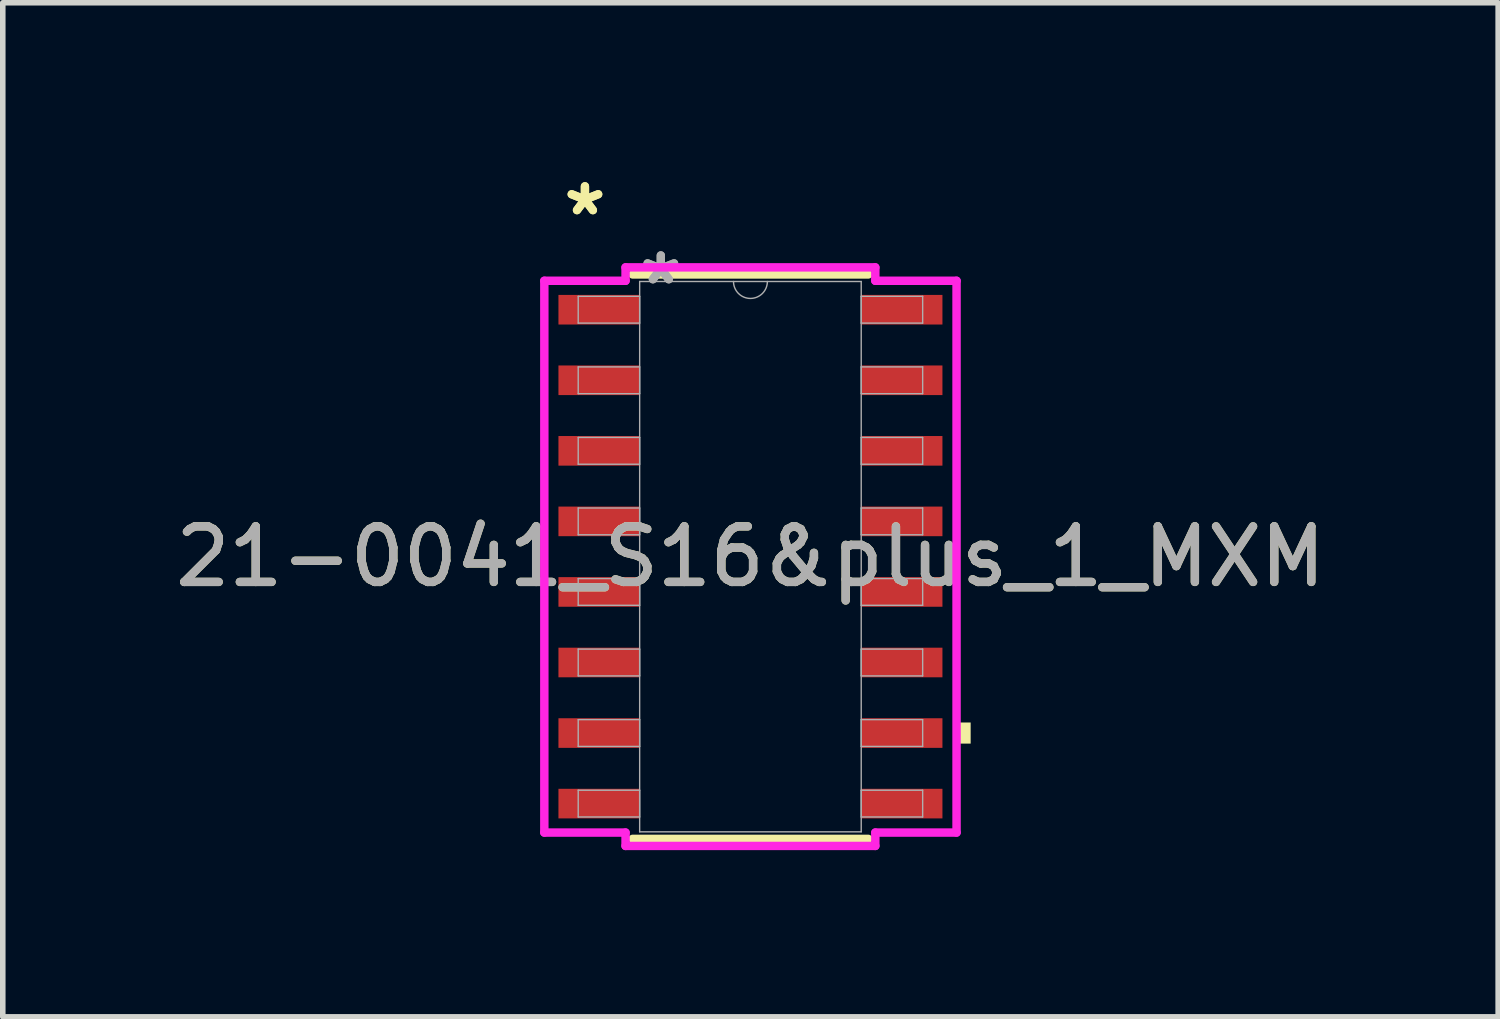
<source format=kicad_pcb>
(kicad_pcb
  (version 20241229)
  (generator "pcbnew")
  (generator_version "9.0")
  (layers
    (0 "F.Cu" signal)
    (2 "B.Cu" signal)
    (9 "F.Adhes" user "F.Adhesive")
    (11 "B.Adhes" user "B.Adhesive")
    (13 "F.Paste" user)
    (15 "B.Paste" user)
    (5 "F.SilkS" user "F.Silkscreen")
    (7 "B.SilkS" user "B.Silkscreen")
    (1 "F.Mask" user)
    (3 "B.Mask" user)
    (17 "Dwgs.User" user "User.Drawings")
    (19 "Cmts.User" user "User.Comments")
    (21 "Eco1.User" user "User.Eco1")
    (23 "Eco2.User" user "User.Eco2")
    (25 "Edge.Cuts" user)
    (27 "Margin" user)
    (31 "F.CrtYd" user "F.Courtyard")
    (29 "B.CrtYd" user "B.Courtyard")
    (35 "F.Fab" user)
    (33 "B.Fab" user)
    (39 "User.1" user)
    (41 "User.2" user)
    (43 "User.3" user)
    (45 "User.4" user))
  (footprint "21-0041_S16&plus_1_MXM"
    (layer "F.Cu")
    (at 10.458 6.97)
    (property "Reference" "21-0041_S16&plus_1_MXM" (at 0 0 0) (unlocked yes) (layer "F.SilkS") (effects (font (size 1 1) (thickness 0.15))))
    (attr smd)
    (fp_line (start -2.121 5.08) (end 2.121 5.08) (stroke (width 0.152) (type solid)) (layer "F.SilkS"))
    (fp_line (start 2.121 -5.08) (end -2.121 -5.08) (stroke (width 0.152) (type solid)) (layer "F.SilkS"))
    (fp_poly (pts (xy 3.964 2.985) (xy 3.964 3.365) (xy 3.71 3.365) (xy 3.71 2.985)) (stroke (width 0) (type solid)) (fill yes) (layer "F.SilkS"))
    (fp_line (start -3.71 -4.966) (end -2.248 -4.966) (stroke (width 0.152) (type solid)) (layer "F.CrtYd"))
    (fp_line (start -3.71 4.966) (end -3.71 -4.966) (stroke (width 0.152) (type solid)) (layer "F.CrtYd"))
    (fp_line (start -3.71 4.966) (end -2.248 4.966) (stroke (width 0.152) (type solid)) (layer "F.CrtYd"))
    (fp_line (start -2.248 -5.207) (end 2.248 -5.207) (stroke (width 0.152) (type solid)) (layer "F.CrtYd"))
    (fp_line (start -2.248 -4.966) (end -2.248 -5.207) (stroke (width 0.152) (type solid)) (layer "F.CrtYd"))
    (fp_line (start -2.248 5.207) (end -2.248 4.966) (stroke (width 0.152) (type solid)) (layer "F.CrtYd"))
    (fp_line (start 2.248 -5.207) (end 2.248 -4.966) (stroke (width 0.152) (type solid)) (layer "F.CrtYd"))
    (fp_line (start 2.248 4.966) (end 2.248 5.207) (stroke (width 0.152) (type solid)) (layer "F.CrtYd"))
    (fp_line (start 2.248 5.207) (end -2.248 5.207) (stroke (width 0.152) (type solid)) (layer "F.CrtYd"))
    (fp_line (start 3.71 -4.966) (end 2.248 -4.966) (stroke (width 0.152) (type solid)) (layer "F.CrtYd"))
    (fp_line (start 3.71 -4.966) (end 3.71 4.966) (stroke (width 0.152) (type solid)) (layer "F.CrtYd"))
    (fp_line (start 3.71 4.966) (end 2.248 4.966) (stroke (width 0.152) (type solid)) (layer "F.CrtYd"))
    (fp_line (start -3.1 -4.686) (end -3.1 -4.204) (stroke (width 0.025) (type solid)) (layer "F.Fab"))
    (fp_line (start -3.1 -4.204) (end -1.994 -4.204) (stroke (width 0.025) (type solid)) (layer "F.Fab"))
    (fp_line (start -3.1 -3.416) (end -3.1 -2.934) (stroke (width 0.025) (type solid)) (layer "F.Fab"))
    (fp_line (start -3.1 -2.934) (end -1.994 -2.934) (stroke (width 0.025) (type solid)) (layer "F.Fab"))
    (fp_line (start -3.1 -2.146) (end -3.1 -1.664) (stroke (width 0.025) (type solid)) (layer "F.Fab"))
    (fp_line (start -3.1 -1.664) (end -1.994 -1.664) (stroke (width 0.025) (type solid)) (layer "F.Fab"))
    (fp_line (start -3.1 -0.876) (end -3.1 -0.394) (stroke (width 0.025) (type solid)) (layer "F.Fab"))
    (fp_line (start -3.1 -0.394) (end -1.994 -0.394) (stroke (width 0.025) (type solid)) (layer "F.Fab"))
    (fp_line (start -3.1 0.394) (end -3.1 0.876) (stroke (width 0.025) (type solid)) (layer "F.Fab"))
    (fp_line (start -3.1 0.876) (end -1.994 0.876) (stroke (width 0.025) (type solid)) (layer "F.Fab"))
    (fp_line (start -3.1 1.664) (end -3.1 2.146) (stroke (width 0.025) (type solid)) (layer "F.Fab"))
    (fp_line (start -3.1 2.146) (end -1.994 2.146) (stroke (width 0.025) (type solid)) (layer "F.Fab"))
    (fp_line (start -3.1 2.934) (end -3.1 3.416) (stroke (width 0.025) (type solid)) (layer "F.Fab"))
    (fp_line (start -3.1 3.416) (end -1.994 3.416) (stroke (width 0.025) (type solid)) (layer "F.Fab"))
    (fp_line (start -3.1 4.204) (end -3.1 4.686) (stroke (width 0.025) (type solid)) (layer "F.Fab"))
    (fp_line (start -3.1 4.686) (end -1.994 4.686) (stroke (width 0.025) (type solid)) (layer "F.Fab"))
    (fp_line (start -1.994 -4.953) (end -1.994 4.953) (stroke (width 0.025) (type solid)) (layer "F.Fab"))
    (fp_line (start -1.994 -4.686) (end -3.1 -4.686) (stroke (width 0.025) (type solid)) (layer "F.Fab"))
    (fp_line (start -1.994 -4.204) (end -1.994 -4.686) (stroke (width 0.025) (type solid)) (layer "F.Fab"))
    (fp_line (start -1.994 -3.416) (end -3.1 -3.416) (stroke (width 0.025) (type solid)) (layer "F.Fab"))
    (fp_line (start -1.994 -2.934) (end -1.994 -3.416) (stroke (width 0.025) (type solid)) (layer "F.Fab"))
    (fp_line (start -1.994 -2.146) (end -3.1 -2.146) (stroke (width 0.025) (type solid)) (layer "F.Fab"))
    (fp_line (start -1.994 -1.664) (end -1.994 -2.146) (stroke (width 0.025) (type solid)) (layer "F.Fab"))
    (fp_line (start -1.994 -0.876) (end -3.1 -0.876) (stroke (width 0.025) (type solid)) (layer "F.Fab"))
    (fp_line (start -1.994 -0.394) (end -1.994 -0.876) (stroke (width 0.025) (type solid)) (layer "F.Fab"))
    (fp_line (start -1.994 0.394) (end -3.1 0.394) (stroke (width 0.025) (type solid)) (layer "F.Fab"))
    (fp_line (start -1.994 0.876) (end -1.994 0.394) (stroke (width 0.025) (type solid)) (layer "F.Fab"))
    (fp_line (start -1.994 1.664) (end -3.1 1.664) (stroke (width 0.025) (type solid)) (layer "F.Fab"))
    (fp_line (start -1.994 2.146) (end -1.994 1.664) (stroke (width 0.025) (type solid)) (layer "F.Fab"))
    (fp_line (start -1.994 2.934) (end -3.1 2.934) (stroke (width 0.025) (type solid)) (layer "F.Fab"))
    (fp_line (start -1.994 3.416) (end -1.994 2.934) (stroke (width 0.025) (type solid)) (layer "F.Fab"))
    (fp_line (start -1.994 4.204) (end -3.1 4.204) (stroke (width 0.025) (type solid)) (layer "F.Fab"))
    (fp_line (start -1.994 4.686) (end -1.994 4.204) (stroke (width 0.025) (type solid)) (layer "F.Fab"))
    (fp_line (start -1.994 4.953) (end 1.994 4.953) (stroke (width 0.025) (type solid)) (layer "F.Fab"))
    (fp_line (start 1.994 -4.953) (end -1.994 -4.953) (stroke (width 0.025) (type solid)) (layer "F.Fab"))
    (fp_line (start 1.994 -4.686) (end 1.994 -4.204) (stroke (width 0.025) (type solid)) (layer "F.Fab"))
    (fp_line (start 1.994 -4.204) (end 3.1 -4.204) (stroke (width 0.025) (type solid)) (layer "F.Fab"))
    (fp_line (start 1.994 -3.416) (end 1.994 -2.934) (stroke (width 0.025) (type solid)) (layer "F.Fab"))
    (fp_line (start 1.994 -2.934) (end 3.1 -2.934) (stroke (width 0.025) (type solid)) (layer "F.Fab"))
    (fp_line (start 1.994 -2.146) (end 1.994 -1.664) (stroke (width 0.025) (type solid)) (layer "F.Fab"))
    (fp_line (start 1.994 -1.664) (end 3.1 -1.664) (stroke (width 0.025) (type solid)) (layer "F.Fab"))
    (fp_line (start 1.994 -0.876) (end 1.994 -0.394) (stroke (width 0.025) (type solid)) (layer "F.Fab"))
    (fp_line (start 1.994 -0.394) (end 3.1 -0.394) (stroke (width 0.025) (type solid)) (layer "F.Fab"))
    (fp_line (start 1.994 0.394) (end 1.994 0.876) (stroke (width 0.025) (type solid)) (layer "F.Fab"))
    (fp_line (start 1.994 0.876) (end 3.1 0.876) (stroke (width 0.025) (type solid)) (layer "F.Fab"))
    (fp_line (start 1.994 1.664) (end 1.994 2.146) (stroke (width 0.025) (type solid)) (layer "F.Fab"))
    (fp_line (start 1.994 2.146) (end 3.1 2.146) (stroke (width 0.025) (type solid)) (layer "F.Fab"))
    (fp_line (start 1.994 2.934) (end 1.994 3.416) (stroke (width 0.025) (type solid)) (layer "F.Fab"))
    (fp_line (start 1.994 3.416) (end 3.1 3.416) (stroke (width 0.025) (type solid)) (layer "F.Fab"))
    (fp_line (start 1.994 4.204) (end 1.994 4.686) (stroke (width 0.025) (type solid)) (layer "F.Fab"))
    (fp_line (start 1.994 4.686) (end 3.1 4.686) (stroke (width 0.025) (type solid)) (layer "F.Fab"))
    (fp_line (start 1.994 4.953) (end 1.994 -4.953) (stroke (width 0.025) (type solid)) (layer "F.Fab"))
    (fp_line (start 3.1 -4.686) (end 1.994 -4.686) (stroke (width 0.025) (type solid)) (layer "F.Fab"))
    (fp_line (start 3.1 -4.204) (end 3.1 -4.686) (stroke (width 0.025) (type solid)) (layer "F.Fab"))
    (fp_line (start 3.1 -3.416) (end 1.994 -3.416) (stroke (width 0.025) (type solid)) (layer "F.Fab"))
    (fp_line (start 3.1 -2.934) (end 3.1 -3.416) (stroke (width 0.025) (type solid)) (layer "F.Fab"))
    (fp_line (start 3.1 -2.146) (end 1.994 -2.146) (stroke (width 0.025) (type solid)) (layer "F.Fab"))
    (fp_line (start 3.1 -1.664) (end 3.1 -2.146) (stroke (width 0.025) (type solid)) (layer "F.Fab"))
    (fp_line (start 3.1 -0.876) (end 1.994 -0.876) (stroke (width 0.025) (type solid)) (layer "F.Fab"))
    (fp_line (start 3.1 -0.394) (end 3.1 -0.876) (stroke (width 0.025) (type solid)) (layer "F.Fab"))
    (fp_line (start 3.1 0.394) (end 1.994 0.394) (stroke (width 0.025) (type solid)) (layer "F.Fab"))
    (fp_line (start 3.1 0.876) (end 3.1 0.394) (stroke (width 0.025) (type solid)) (layer "F.Fab"))
    (fp_line (start 3.1 1.664) (end 1.994 1.664) (stroke (width 0.025) (type solid)) (layer "F.Fab"))
    (fp_line (start 3.1 2.146) (end 3.1 1.664) (stroke (width 0.025) (type solid)) (layer "F.Fab"))
    (fp_line (start 3.1 2.934) (end 1.994 2.934) (stroke (width 0.025) (type solid)) (layer "F.Fab"))
    (fp_line (start 3.1 3.416) (end 3.1 2.934) (stroke (width 0.025) (type solid)) (layer "F.Fab"))
    (fp_line (start 3.1 4.204) (end 1.994 4.204) (stroke (width 0.025) (type solid)) (layer "F.Fab"))
    (fp_line (start 3.1 4.686) (end 3.1 4.204) (stroke (width 0.025) (type solid)) (layer "F.Fab"))
    (fp_arc (start 0.3048 -4.953) (mid 0 -4.6482) (end -0.3048 -4.953) (stroke (width 0.0254) (type solid)) (layer "F.Fab"))
    (fp_text user "*" (at -2.979 -6.121 0) (unlocked yes) (layer "F.SilkS") (effects (font (size 1 1) (thickness 0.15))))
    (fp_text user "*" (at -2.979 -6.121 0) (layer "F.SilkS") (effects (font (size 1 1) (thickness 0.15))))
    (fp_text user "*" (at -1.613 -4.877 0) (layer "F.Fab") (effects (font (size 1 1) (thickness 0.15))))
    (fp_text user "${REFERENCE}" (at 0 0 0) (unlocked yes) (layer "F.Fab") (effects (font (size 1 1) (thickness 0.15))))
    (fp_text user "*" (at -1.613 -4.877 0) (unlocked yes) (layer "F.Fab") (effects (font (size 1 1) (thickness 0.15))))
    (pad "1" smd rect (at -2.725 -4.445) (size 1.462 0.533) (layers "F.Cu" "F.Mask" "F.Paste"))
    (pad "2" smd rect (at -2.725 -3.175) (size 1.462 0.533) (layers "F.Cu" "F.Mask" "F.Paste"))
    (pad "3" smd rect (at -2.725 -1.905) (size 1.462 0.533) (layers "F.Cu" "F.Mask" "F.Paste"))
    (pad "4" smd rect (at -2.725 -0.635) (size 1.462 0.533) (layers "F.Cu" "F.Mask" "F.Paste"))
    (pad "5" smd rect (at -2.725 0.635) (size 1.462 0.533) (layers "F.Cu" "F.Mask" "F.Paste"))
    (pad "6" smd rect (at -2.725 1.905) (size 1.462 0.533) (layers "F.Cu" "F.Mask" "F.Paste"))
    (pad "7" smd rect (at -2.725 3.175) (size 1.462 0.533) (layers "F.Cu" "F.Mask" "F.Paste"))
    (pad "8" smd rect (at -2.725 4.445) (size 1.462 0.533) (layers "F.Cu" "F.Mask" "F.Paste"))
    (pad "9" smd rect (at 2.725 4.445) (size 1.462 0.533) (layers "F.Cu" "F.Mask" "F.Paste"))
    (pad "10" smd rect (at 2.725 3.175) (size 1.462 0.533) (layers "F.Cu" "F.Mask" "F.Paste"))
    (pad "11" smd rect (at 2.725 1.905) (size 1.462 0.533) (layers "F.Cu" "F.Mask" "F.Paste"))
    (pad "12" smd rect (at 2.725 0.635) (size 1.462 0.533) (layers "F.Cu" "F.Mask" "F.Paste"))
    (pad "13" smd rect (at 2.725 -0.635) (size 1.462 0.533) (layers "F.Cu" "F.Mask" "F.Paste"))
    (pad "14" smd rect (at 2.725 -1.905) (size 1.462 0.533) (layers "F.Cu" "F.Mask" "F.Paste"))
    (pad "15" smd rect (at 2.725 -3.175) (size 1.462 0.533) (layers "F.Cu" "F.Mask" "F.Paste"))
    (pad "16" smd rect (at 2.725 -4.445) (size 1.462 0.533) (layers "F.Cu" "F.Mask" "F.Paste")))
  (gr_rect
    (start -3 -3)
    (end 23.917 15.253)
    (stroke (width 0.1) (type default))
    (fill no)
    (layer "Edge.Cuts")))
</source>
